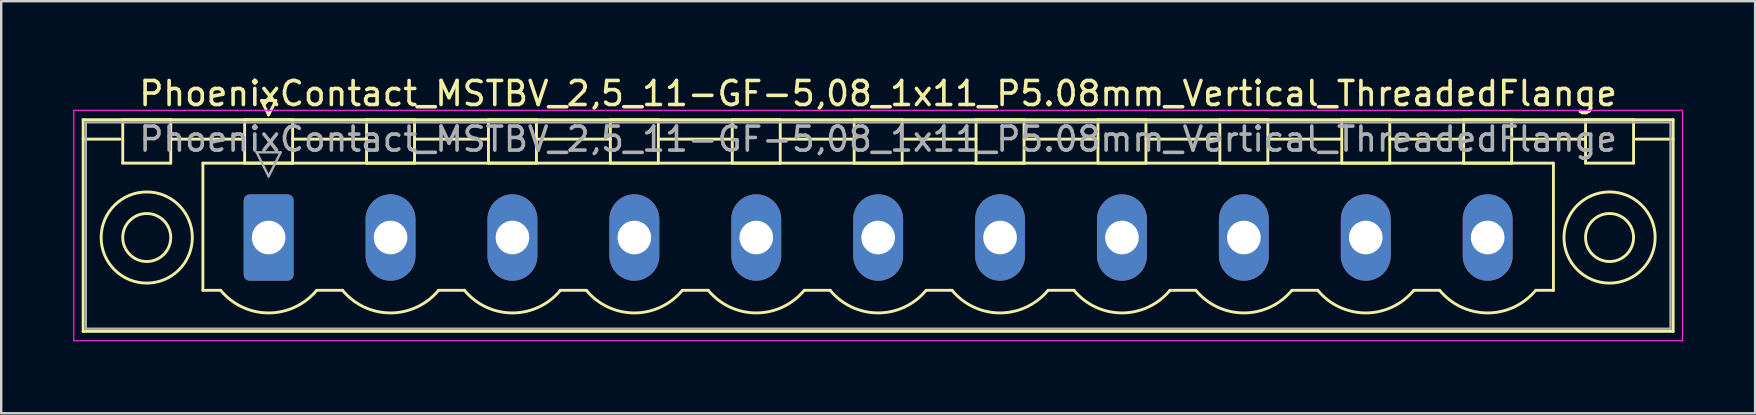
<source format=kicad_pcb>
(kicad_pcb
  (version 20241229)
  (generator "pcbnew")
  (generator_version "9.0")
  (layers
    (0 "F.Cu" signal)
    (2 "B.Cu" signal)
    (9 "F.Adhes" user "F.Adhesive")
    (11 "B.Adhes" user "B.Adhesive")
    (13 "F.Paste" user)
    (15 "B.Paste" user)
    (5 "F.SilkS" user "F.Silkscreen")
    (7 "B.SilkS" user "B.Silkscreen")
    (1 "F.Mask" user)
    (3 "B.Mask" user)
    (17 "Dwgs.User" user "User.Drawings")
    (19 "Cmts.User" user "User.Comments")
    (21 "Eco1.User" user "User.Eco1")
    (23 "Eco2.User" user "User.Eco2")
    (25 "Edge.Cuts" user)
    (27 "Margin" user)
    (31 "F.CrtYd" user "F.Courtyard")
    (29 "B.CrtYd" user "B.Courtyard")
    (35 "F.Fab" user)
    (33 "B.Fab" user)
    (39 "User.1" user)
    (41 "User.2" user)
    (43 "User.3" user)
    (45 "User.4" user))
  (footprint "PhoenixContact_MSTBV_2,5_11-GF-5,08_1x11_P5.08mm_Vertical_ThreadedFlange"
    (layer "F.Cu")
    (at 8.145 6.848)
    (property "Reference" "PhoenixContact_MSTBV_2,5_11-GF-5,08_1x11_P5.08mm_Vertical_ThreadedFlange" (at 25.4 -6 0) (layer "F.SilkS") (effects (font (size 1 1) (thickness 0.15))))
    (attr through_hole)
    (fp_line (start -7.73 -4.91) (end -7.73 3.91) (stroke (width 0.12) (type solid)) (layer "F.SilkS"))
    (fp_line (start -7.73 -4.1) (end -6.19 -4.1) (stroke (width 0.12) (type solid)) (layer "F.SilkS"))
    (fp_line (start -7.73 3.91) (end 58.53 3.91) (stroke (width 0.12) (type solid)) (layer "F.SilkS"))
    (fp_line (start -6.08 -4.91) (end -4.08 -4.91) (stroke (width 0.12) (type solid)) (layer "F.SilkS"))
    (fp_line (start -6.08 -3.1) (end -6.08 -4.91) (stroke (width 0.12) (type solid)) (layer "F.SilkS"))
    (fp_line (start -4.08 -4.91) (end -4.08 -3.1) (stroke (width 0.12) (type solid)) (layer "F.SilkS"))
    (fp_line (start -4.08 -4.1) (end -1 -4.1) (stroke (width 0.12) (type solid)) (layer "F.SilkS"))
    (fp_line (start -4.08 -3.1) (end -6.08 -3.1) (stroke (width 0.12) (type solid)) (layer "F.SilkS"))
    (fp_line (start -2.74 -3.1) (end 53.54 -3.1) (stroke (width 0.12) (type solid)) (layer "F.SilkS"))
    (fp_line (start -2.74 2.2) (end -2.74 -3.1) (stroke (width 0.12) (type solid)) (layer "F.SilkS"))
    (fp_line (start -2 2.2) (end -2.74 2.2) (stroke (width 0.12) (type solid)) (layer "F.SilkS"))
    (fp_line (start -1 -4.91) (end 1 -4.91) (stroke (width 0.12) (type solid)) (layer "F.SilkS"))
    (fp_line (start -1 -3.1) (end -1 -4.91) (stroke (width 0.12) (type solid)) (layer "F.SilkS"))
    (fp_line (start -0.3 -5.71) (end 0.3 -5.71) (stroke (width 0.12) (type solid)) (layer "F.SilkS"))
    (fp_line (start 0 -5.11) (end -0.3 -5.71) (stroke (width 0.12) (type solid)) (layer "F.SilkS"))
    (fp_line (start 0.3 -5.71) (end 0 -5.11) (stroke (width 0.12) (type solid)) (layer "F.SilkS"))
    (fp_line (start 1 -4.91) (end 1 -3.1) (stroke (width 0.12) (type solid)) (layer "F.SilkS"))
    (fp_line (start 1 -4.1) (end 4.08 -4.1) (stroke (width 0.12) (type solid)) (layer "F.SilkS"))
    (fp_line (start 1 -3.1) (end -1 -3.1) (stroke (width 0.12) (type solid)) (layer "F.SilkS"))
    (fp_line (start 2 2.2) (end 3.08 2.2) (stroke (width 0.12) (type solid)) (layer "F.SilkS"))
    (fp_line (start 4.08 -4.91) (end 6.08 -4.91) (stroke (width 0.12) (type solid)) (layer "F.SilkS"))
    (fp_line (start 4.08 -3.1) (end 4.08 -4.91) (stroke (width 0.12) (type solid)) (layer "F.SilkS"))
    (fp_line (start 6.08 -4.91) (end 6.08 -3.1) (stroke (width 0.12) (type solid)) (layer "F.SilkS"))
    (fp_line (start 6.08 -4.1) (end 9.16 -4.1) (stroke (width 0.12) (type solid)) (layer "F.SilkS"))
    (fp_line (start 6.08 -3.1) (end 4.08 -3.1) (stroke (width 0.12) (type solid)) (layer "F.SilkS"))
    (fp_line (start 7.08 2.2) (end 8.16 2.2) (stroke (width 0.12) (type solid)) (layer "F.SilkS"))
    (fp_line (start 9.16 -4.91) (end 11.16 -4.91) (stroke (width 0.12) (type solid)) (layer "F.SilkS"))
    (fp_line (start 9.16 -3.1) (end 9.16 -4.91) (stroke (width 0.12) (type solid)) (layer "F.SilkS"))
    (fp_line (start 11.16 -4.91) (end 11.16 -3.1) (stroke (width 0.12) (type solid)) (layer "F.SilkS"))
    (fp_line (start 11.16 -4.1) (end 14.24 -4.1) (stroke (width 0.12) (type solid)) (layer "F.SilkS"))
    (fp_line (start 11.16 -3.1) (end 9.16 -3.1) (stroke (width 0.12) (type solid)) (layer "F.SilkS"))
    (fp_line (start 12.16 2.2) (end 13.24 2.2) (stroke (width 0.12) (type solid)) (layer "F.SilkS"))
    (fp_line (start 14.24 -4.91) (end 16.24 -4.91) (stroke (width 0.12) (type solid)) (layer "F.SilkS"))
    (fp_line (start 14.24 -3.1) (end 14.24 -4.91) (stroke (width 0.12) (type solid)) (layer "F.SilkS"))
    (fp_line (start 16.24 -4.91) (end 16.24 -3.1) (stroke (width 0.12) (type solid)) (layer "F.SilkS"))
    (fp_line (start 16.24 -4.1) (end 19.32 -4.1) (stroke (width 0.12) (type solid)) (layer "F.SilkS"))
    (fp_line (start 16.24 -3.1) (end 14.24 -3.1) (stroke (width 0.12) (type solid)) (layer "F.SilkS"))
    (fp_line (start 17.24 2.2) (end 18.32 2.2) (stroke (width 0.12) (type solid)) (layer "F.SilkS"))
    (fp_line (start 19.32 -4.91) (end 21.32 -4.91) (stroke (width 0.12) (type solid)) (layer "F.SilkS"))
    (fp_line (start 19.32 -3.1) (end 19.32 -4.91) (stroke (width 0.12) (type solid)) (layer "F.SilkS"))
    (fp_line (start 21.32 -4.91) (end 21.32 -3.1) (stroke (width 0.12) (type solid)) (layer "F.SilkS"))
    (fp_line (start 21.32 -4.1) (end 24.4 -4.1) (stroke (width 0.12) (type solid)) (layer "F.SilkS"))
    (fp_line (start 21.32 -3.1) (end 19.32 -3.1) (stroke (width 0.12) (type solid)) (layer "F.SilkS"))
    (fp_line (start 22.32 2.2) (end 23.4 2.2) (stroke (width 0.12) (type solid)) (layer "F.SilkS"))
    (fp_line (start 24.4 -4.91) (end 26.4 -4.91) (stroke (width 0.12) (type solid)) (layer "F.SilkS"))
    (fp_line (start 24.4 -3.1) (end 24.4 -4.91) (stroke (width 0.12) (type solid)) (layer "F.SilkS"))
    (fp_line (start 26.4 -4.91) (end 26.4 -3.1) (stroke (width 0.12) (type solid)) (layer "F.SilkS"))
    (fp_line (start 26.4 -4.1) (end 29.48 -4.1) (stroke (width 0.12) (type solid)) (layer "F.SilkS"))
    (fp_line (start 26.4 -3.1) (end 24.4 -3.1) (stroke (width 0.12) (type solid)) (layer "F.SilkS"))
    (fp_line (start 27.4 2.2) (end 28.48 2.2) (stroke (width 0.12) (type solid)) (layer "F.SilkS"))
    (fp_line (start 29.48 -4.91) (end 31.48 -4.91) (stroke (width 0.12) (type solid)) (layer "F.SilkS"))
    (fp_line (start 29.48 -3.1) (end 29.48 -4.91) (stroke (width 0.12) (type solid)) (layer "F.SilkS"))
    (fp_line (start 31.48 -4.91) (end 31.48 -3.1) (stroke (width 0.12) (type solid)) (layer "F.SilkS"))
    (fp_line (start 31.48 -4.1) (end 34.56 -4.1) (stroke (width 0.12) (type solid)) (layer "F.SilkS"))
    (fp_line (start 31.48 -3.1) (end 29.48 -3.1) (stroke (width 0.12) (type solid)) (layer "F.SilkS"))
    (fp_line (start 32.48 2.2) (end 33.56 2.2) (stroke (width 0.12) (type solid)) (layer "F.SilkS"))
    (fp_line (start 34.56 -4.91) (end 36.56 -4.91) (stroke (width 0.12) (type solid)) (layer "F.SilkS"))
    (fp_line (start 34.56 -3.1) (end 34.56 -4.91) (stroke (width 0.12) (type solid)) (layer "F.SilkS"))
    (fp_line (start 36.56 -4.91) (end 36.56 -3.1) (stroke (width 0.12) (type solid)) (layer "F.SilkS"))
    (fp_line (start 36.56 -4.1) (end 39.64 -4.1) (stroke (width 0.12) (type solid)) (layer "F.SilkS"))
    (fp_line (start 36.56 -3.1) (end 34.56 -3.1) (stroke (width 0.12) (type solid)) (layer "F.SilkS"))
    (fp_line (start 37.56 2.2) (end 38.64 2.2) (stroke (width 0.12) (type solid)) (layer "F.SilkS"))
    (fp_line (start 39.64 -4.91) (end 41.64 -4.91) (stroke (width 0.12) (type solid)) (layer "F.SilkS"))
    (fp_line (start 39.64 -3.1) (end 39.64 -4.91) (stroke (width 0.12) (type solid)) (layer "F.SilkS"))
    (fp_line (start 41.64 -4.91) (end 41.64 -3.1) (stroke (width 0.12) (type solid)) (layer "F.SilkS"))
    (fp_line (start 41.64 -4.1) (end 44.72 -4.1) (stroke (width 0.12) (type solid)) (layer "F.SilkS"))
    (fp_line (start 41.64 -3.1) (end 39.64 -3.1) (stroke (width 0.12) (type solid)) (layer "F.SilkS"))
    (fp_line (start 42.64 2.2) (end 43.72 2.2) (stroke (width 0.12) (type solid)) (layer "F.SilkS"))
    (fp_line (start 44.72 -4.91) (end 46.72 -4.91) (stroke (width 0.12) (type solid)) (layer "F.SilkS"))
    (fp_line (start 44.72 -3.1) (end 44.72 -4.91) (stroke (width 0.12) (type solid)) (layer "F.SilkS"))
    (fp_line (start 46.72 -4.91) (end 46.72 -3.1) (stroke (width 0.12) (type solid)) (layer "F.SilkS"))
    (fp_line (start 46.72 -4.1) (end 49.8 -4.1) (stroke (width 0.12) (type solid)) (layer "F.SilkS"))
    (fp_line (start 46.72 -3.1) (end 44.72 -3.1) (stroke (width 0.12) (type solid)) (layer "F.SilkS"))
    (fp_line (start 47.72 2.2) (end 48.8 2.2) (stroke (width 0.12) (type solid)) (layer "F.SilkS"))
    (fp_line (start 49.8 -4.91) (end 51.8 -4.91) (stroke (width 0.12) (type solid)) (layer "F.SilkS"))
    (fp_line (start 49.8 -3.1) (end 49.8 -4.91) (stroke (width 0.12) (type solid)) (layer "F.SilkS"))
    (fp_line (start 51.8 -4.91) (end 51.8 -3.1) (stroke (width 0.12) (type solid)) (layer "F.SilkS"))
    (fp_line (start 51.8 -4.1) (end 54.88 -4.1) (stroke (width 0.12) (type solid)) (layer "F.SilkS"))
    (fp_line (start 51.8 -3.1) (end 49.8 -3.1) (stroke (width 0.12) (type solid)) (layer "F.SilkS"))
    (fp_line (start 53.54 -3.1) (end 53.54 2.2) (stroke (width 0.12) (type solid)) (layer "F.SilkS"))
    (fp_line (start 53.54 2.2) (end 52.8 2.2) (stroke (width 0.12) (type solid)) (layer "F.SilkS"))
    (fp_line (start 54.88 -4.91) (end 56.88 -4.91) (stroke (width 0.12) (type solid)) (layer "F.SilkS"))
    (fp_line (start 54.88 -3.1) (end 54.88 -4.91) (stroke (width 0.12) (type solid)) (layer "F.SilkS"))
    (fp_line (start 56.88 -4.91) (end 56.88 -3.1) (stroke (width 0.12) (type solid)) (layer "F.SilkS"))
    (fp_line (start 56.88 -3.1) (end 54.88 -3.1) (stroke (width 0.12) (type solid)) (layer "F.SilkS"))
    (fp_line (start 58.53 -4.91) (end -7.73 -4.91) (stroke (width 0.12) (type solid)) (layer "F.SilkS"))
    (fp_line (start 58.53 -4.1) (end 56.99 -4.1) (stroke (width 0.12) (type solid)) (layer "F.SilkS"))
    (fp_line (start 58.53 3.91) (end 58.53 -4.91) (stroke (width 0.12) (type solid)) (layer "F.SilkS"))
    (fp_arc (start 1.986842 2.215821) (mid -0.010289 3.142758) (end -2 2.2) (stroke (width 0.12) (type solid)) (layer "F.SilkS"))
    (fp_arc (start 7.066842 2.215821) (mid 5.069711 3.142758) (end 3.08 2.2) (stroke (width 0.12) (type solid)) (layer "F.SilkS"))
    (fp_arc (start 12.146842 2.215821) (mid 10.149711 3.142758) (end 8.16 2.2) (stroke (width 0.12) (type solid)) (layer "F.SilkS"))
    (fp_arc (start 17.226842 2.215821) (mid 15.229711 3.142758) (end 13.24 2.2) (stroke (width 0.12) (type solid)) (layer "F.SilkS"))
    (fp_arc (start 22.306842 2.215821) (mid 20.309711 3.142758) (end 18.32 2.2) (stroke (width 0.12) (type solid)) (layer "F.SilkS"))
    (fp_arc (start 27.386842 2.215821) (mid 25.389711 3.142758) (end 23.4 2.2) (stroke (width 0.12) (type solid)) (layer "F.SilkS"))
    (fp_arc (start 32.466842 2.215821) (mid 30.469711 3.142758) (end 28.48 2.2) (stroke (width 0.12) (type solid)) (layer "F.SilkS"))
    (fp_arc (start 37.546842 2.215821) (mid 35.549711 3.142758) (end 33.56 2.2) (stroke (width 0.12) (type solid)) (layer "F.SilkS"))
    (fp_arc (start 42.626842 2.215821) (mid 40.629711 3.142758) (end 38.64 2.2) (stroke (width 0.12) (type solid)) (layer "F.SilkS"))
    (fp_arc (start 47.706842 2.215821) (mid 45.709711 3.142758) (end 43.72 2.2) (stroke (width 0.12) (type solid)) (layer "F.SilkS"))
    (fp_arc (start 52.786842 2.215821) (mid 50.789711 3.142758) (end 48.8 2.2) (stroke (width 0.12) (type solid)) (layer "F.SilkS"))
    (fp_circle (center -5.08 0) (end -4.08 0) (stroke (width 0.12) (type solid)) (fill no) (layer "F.SilkS"))
    (fp_circle (center -5.08 0) (end -3.18 0) (stroke (width 0.12) (type solid)) (fill no) (layer "F.SilkS"))
    (fp_circle (center 55.88 0) (end 56.88 0) (stroke (width 0.12) (type solid)) (fill no) (layer "F.SilkS"))
    (fp_circle (center 55.88 0) (end 57.78 0) (stroke (width 0.12) (type solid)) (fill no) (layer "F.SilkS"))
    (fp_line (start -8.12 -5.3) (end -8.12 4.3) (stroke (width 0.05) (type solid)) (layer "F.CrtYd"))
    (fp_line (start -8.12 4.3) (end 58.92 4.3) (stroke (width 0.05) (type solid)) (layer "F.CrtYd"))
    (fp_line (start 58.92 -5.3) (end -8.12 -5.3) (stroke (width 0.05) (type solid)) (layer "F.CrtYd"))
    (fp_line (start 58.92 4.3) (end 58.92 -5.3) (stroke (width 0.05) (type solid)) (layer "F.CrtYd"))
    (fp_line (start -7.62 -4.8) (end -7.62 3.8) (stroke (width 0.1) (type solid)) (layer "F.Fab"))
    (fp_line (start -7.62 3.8) (end 58.42 3.8) (stroke (width 0.1) (type solid)) (layer "F.Fab"))
    (fp_line (start -0.5 -3.55) (end 0.5 -3.55) (stroke (width 0.1) (type solid)) (layer "F.Fab"))
    (fp_line (start 0 -2.55) (end -0.5 -3.55) (stroke (width 0.1) (type solid)) (layer "F.Fab"))
    (fp_line (start 0.5 -3.55) (end 0 -2.55) (stroke (width 0.1) (type solid)) (layer "F.Fab"))
    (fp_line (start 58.42 -4.8) (end -7.62 -4.8) (stroke (width 0.1) (type solid)) (layer "F.Fab"))
    (fp_line (start 58.42 3.8) (end 58.42 -4.8) (stroke (width 0.1) (type solid)) (layer "F.Fab"))
    (fp_text user "${REFERENCE}" (at 25.4 -4.1 0) (layer "F.Fab") (effects (font (size 1 1) (thickness 0.15))))
    (pad "1" thru_hole roundrect (at 0 0) (size 2.08 3.6) (drill 1.4) (layers "*.Cu" "*.Mask") (roundrect_rratio 0.12))
    (pad "2" thru_hole oval (at 5.08 0) (size 2.08 3.6) (drill 1.4) (layers "*.Cu" "*.Mask"))
    (pad "3" thru_hole oval (at 10.16 0) (size 2.08 3.6) (drill 1.4) (layers "*.Cu" "*.Mask"))
    (pad "4" thru_hole oval (at 15.24 0) (size 2.08 3.6) (drill 1.4) (layers "*.Cu" "*.Mask"))
    (pad "5" thru_hole oval (at 20.32 0) (size 2.08 3.6) (drill 1.4) (layers "*.Cu" "*.Mask"))
    (pad "6" thru_hole oval (at 25.4 0) (size 2.08 3.6) (drill 1.4) (layers "*.Cu" "*.Mask"))
    (pad "7" thru_hole oval (at 30.48 0) (size 2.08 3.6) (drill 1.4) (layers "*.Cu" "*.Mask"))
    (pad "8" thru_hole oval (at 35.56 0) (size 2.08 3.6) (drill 1.4) (layers "*.Cu" "*.Mask"))
    (pad "9" thru_hole oval (at 40.64 0) (size 2.08 3.6) (drill 1.4) (layers "*.Cu" "*.Mask"))
    (pad "10" thru_hole oval (at 45.72 0) (size 2.08 3.6) (drill 1.4) (layers "*.Cu" "*.Mask"))
    (pad "11" thru_hole oval (at 50.8 0) (size 2.08 3.6) (drill 1.4) (layers "*.Cu" "*.Mask")))
  (gr_rect
    (start -3 -3)
    (end 70.09 14.173)
    (stroke (width 0.1) (type default))
    (fill no)
    (layer "Edge.Cuts")))
</source>
